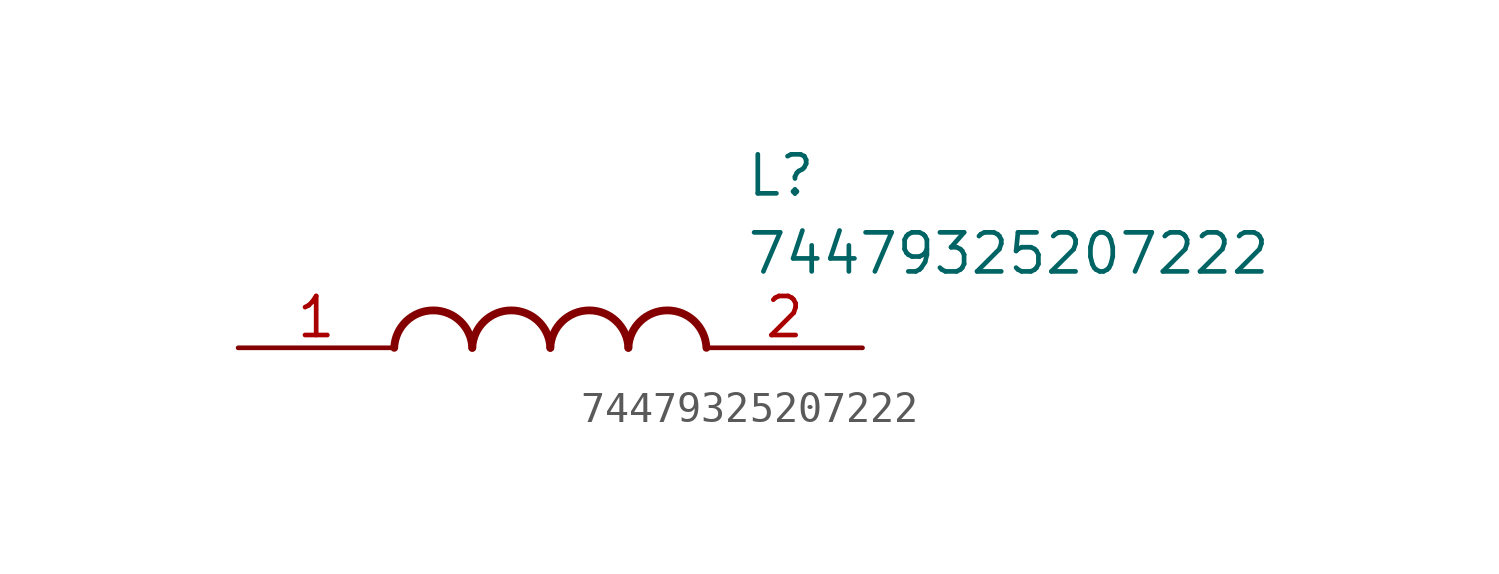
<source format=kicad_sym>
(kicad_symbol_lib
  (version 20211014)
  (generator SamacSys_ECAD_Model)
  (symbol "74479325207222"
    (pin_names hide)
    (property "Reference" "L"
      (at 16.51 6.35 0)
      (effects (font (size 1.27 1.27)) (justify left top)))
    (property "Value" "74479325207222"
      (at 16.51 3.81 0)
      (effects (font (size 1.27 1.27)) (justify left top)))
    (arc
      (start 7.62 0)
      (mid 6.35 1.219)
      (end 5.08 0)
      (stroke (width 0.254) (type default))
      (fill (type none)))
    (arc
      (start 10.16 0)
      (mid 8.89 1.219)
      (end 7.62 0)
      (stroke (width 0.254) (type default))
      (fill (type none)))
    (arc
      (start 12.7 0)
      (mid 11.43 1.219)
      (end 10.16 0)
      (stroke (width 0.254) (type default))
      (fill (type none)))
    (arc
      (start 15.24 0)
      (mid 13.97 1.219)
      (end 12.7 0)
      (stroke (width 0.254) (type default))
      (fill (type none)))
    (pin passive line
      (at 0 0 0)
      (length 5.08)
      (name "1" (effects (font (size 1.27 1.27))))
      (number "1" (effects (font (size 1.27 1.27)))))
    (pin passive line
      (at 20.32 0 180)
      (length 5.08)
      (name "2" (effects (font (size 1.27 1.27))))
      (number "2" (effects (font (size 1.27 1.27)))))))
</source>
